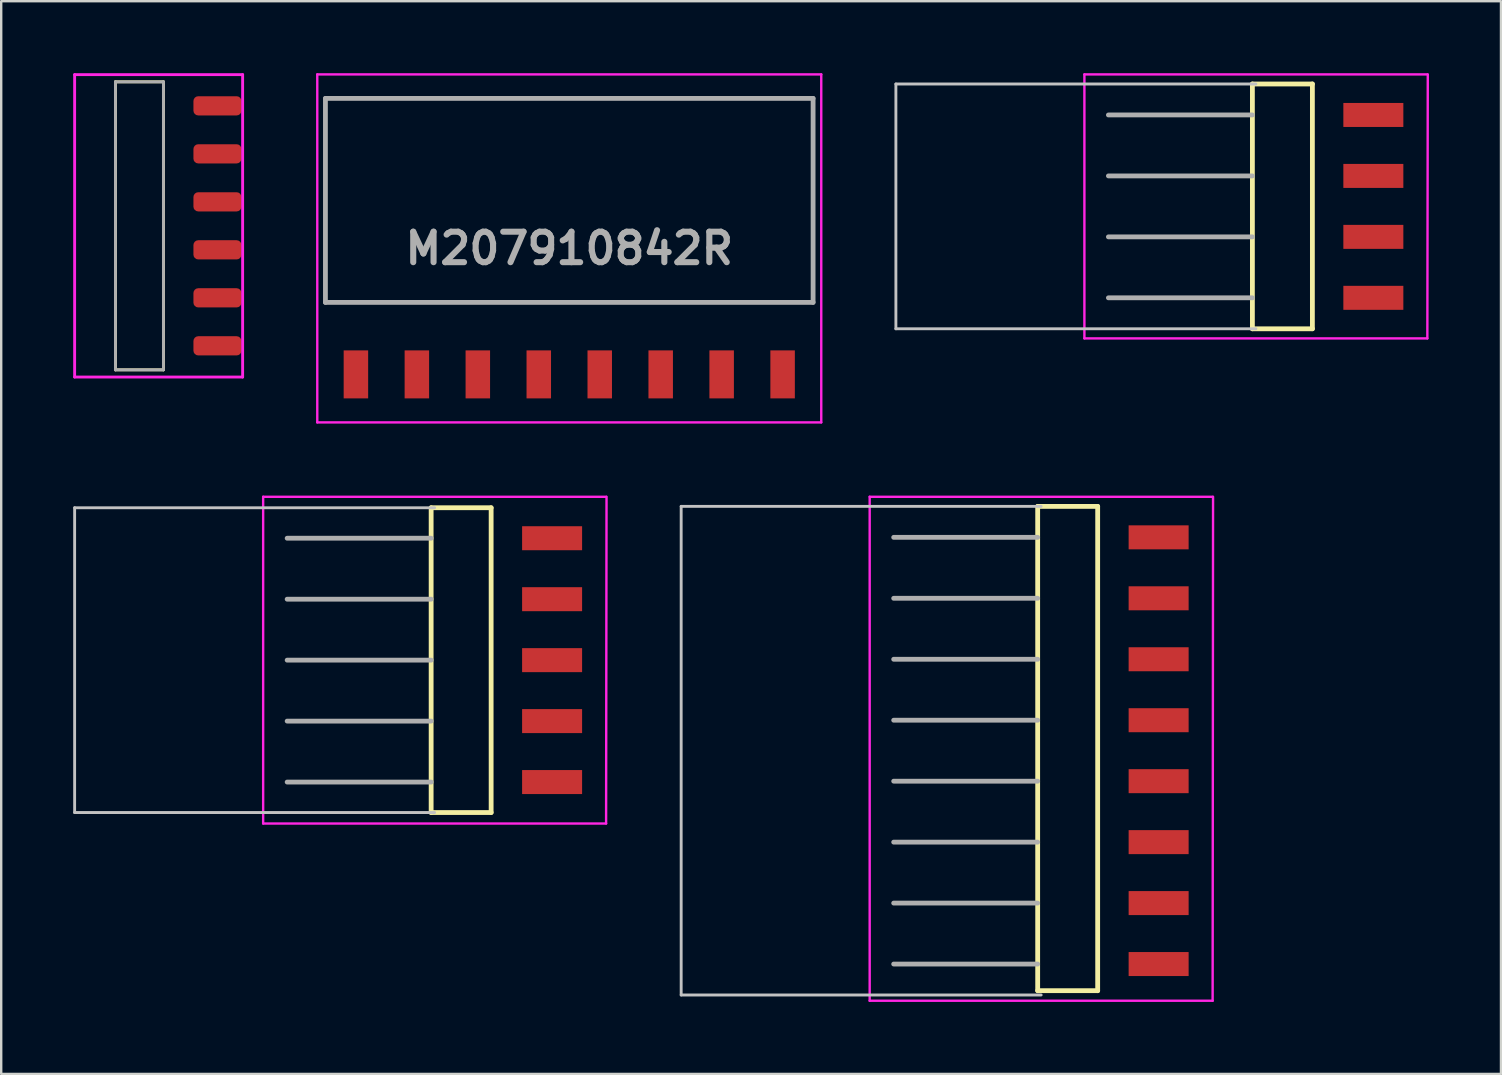
<source format=kicad_pcb>
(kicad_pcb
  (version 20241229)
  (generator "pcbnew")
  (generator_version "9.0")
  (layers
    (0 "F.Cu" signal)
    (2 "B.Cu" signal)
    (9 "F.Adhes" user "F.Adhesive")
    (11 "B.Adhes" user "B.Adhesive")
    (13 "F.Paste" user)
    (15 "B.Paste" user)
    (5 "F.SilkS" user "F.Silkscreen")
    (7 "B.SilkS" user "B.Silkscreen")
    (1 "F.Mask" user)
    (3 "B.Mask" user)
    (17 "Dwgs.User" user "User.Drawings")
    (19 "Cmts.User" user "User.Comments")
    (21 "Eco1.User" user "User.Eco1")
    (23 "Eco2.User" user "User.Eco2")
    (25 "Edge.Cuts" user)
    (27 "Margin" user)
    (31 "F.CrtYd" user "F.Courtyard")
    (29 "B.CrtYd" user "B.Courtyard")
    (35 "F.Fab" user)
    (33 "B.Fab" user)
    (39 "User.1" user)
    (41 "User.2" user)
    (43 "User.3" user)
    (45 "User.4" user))
  (footprint "M208900805"
    (layer "F.Cu")
    (at 40.333 28.23)
    (property "Reference" "M208900805" (at 0.231 -3.769 270) (layer "Eco2.User") (effects (font (size 0.3 0.3) (thickness 0.075))))
    (attr smd)
    (fp_line (start -0.145 -10.18) (end 2.355 -10.18) (stroke (width 0.2) (type solid)) (layer "F.SilkS"))
    (fp_line (start -0.145 10) (end -0.145 -10.18) (stroke (width 0.2) (type solid)) (layer "F.SilkS"))
    (fp_line (start 2.355 -10.18) (end 2.355 10) (stroke (width 0.2) (type solid)) (layer "F.SilkS"))
    (fp_line (start 2.355 10) (end -0.145 10) (stroke (width 0.2) (type solid)) (layer "F.SilkS"))
    (fp_line (start -15 -10.18) (end -15 10.18) (stroke (width 0.12) (type solid)) (layer "Dwgs.User"))
    (fp_line (start -15 10.18) (end 0 10.18) (stroke (width 0.12) (type solid)) (layer "Dwgs.User"))
    (fp_line (start 0 -10.18) (end -15 -10.18) (stroke (width 0.12) (type solid)) (layer "Dwgs.User"))
    (fp_line (start -7.145 -10.58) (end 7.145 -10.58) (stroke (width 0.1) (type solid)) (layer "F.CrtYd"))
    (fp_line (start -7.145 10.42) (end -7.145 -10.58) (stroke (width 0.1) (type solid)) (layer "F.CrtYd"))
    (fp_line (start 7.145 10.42) (end -7.145 10.42) (stroke (width 0.1) (type solid)) (layer "F.CrtYd"))
    (fp_line (start 7.163 -10.58) (end 7.145 10.42) (stroke (width 0.1) (type solid)) (layer "F.CrtYd"))
    (fp_line (start -0.145 -8.89) (end -6.145 -8.89) (stroke (width 0.2) (type solid)) (layer "F.Fab"))
    (fp_line (start -0.145 -6.35) (end -6.145 -6.35) (stroke (width 0.2) (type solid)) (layer "F.Fab"))
    (fp_line (start -0.145 -3.81) (end -6.145 -3.81) (stroke (width 0.2) (type solid)) (layer "F.Fab"))
    (fp_line (start -0.145 -1.27) (end -6.145 -1.27) (stroke (width 0.2) (type solid)) (layer "F.Fab"))
    (fp_line (start -0.145 1.27) (end -6.145 1.27) (stroke (width 0.2) (type solid)) (layer "F.Fab"))
    (fp_line (start -0.145 3.81) (end -6.145 3.81) (stroke (width 0.2) (type solid)) (layer "F.Fab"))
    (fp_line (start -0.145 6.35) (end -6.145 6.35) (stroke (width 0.2) (type solid)) (layer "F.Fab"))
    (fp_line (start -0.145 8.89) (end -6.145 8.89) (stroke (width 0.2) (type solid)) (layer "F.Fab"))
    (pad "1" smd rect (at 4.895 8.89 90) (size 1 2.5) (layers "F.Cu" "F.Mask" "F.Paste"))
    (pad "2" smd rect (at 4.895 6.35 90) (size 1 2.5) (layers "F.Cu" "F.Mask" "F.Paste"))
    (pad "3" smd rect (at 4.895 3.81 90) (size 1 2.5) (layers "F.Cu" "F.Mask" "F.Paste"))
    (pad "4" smd rect (at 4.895 1.27 90) (size 1 2.5) (layers "F.Cu" "F.Mask" "F.Paste"))
    (pad "5" smd rect (at 4.895 -1.27 90) (size 1 2.5) (layers "F.Cu" "F.Mask" "F.Paste"))
    (pad "6" smd rect (at 4.895 -3.81 90) (size 1 2.5) (layers "F.Cu" "F.Mask" "F.Paste"))
    (pad "7" smd rect (at 4.895 -6.35 90) (size 1 2.5) (layers "F.Cu" "F.Mask" "F.Paste"))
    (pad "8" smd rect (at 4.895 -8.89 90) (size 1 2.5) (layers "F.Cu" "F.Mask" "F.Paste")))
  (footprint "M22-5330605R"
    (layer "F.Cu")
    (at 2.06 6.36)
    (property "Reference" "M22-5330605R" (at 0.777 -0.025 90) (layer "Eco2.User") (effects (font (size 0.3 0.3) (thickness 0.075))))
    (attr smd)
    (fp_line (start -0.3 -6) (end -0.3 6) (stroke (width 0.12) (type solid)) (layer "F.SilkS"))
    (fp_line (start -0.3 -6) (end 1.7 -6) (stroke (width 0.12) (type solid)) (layer "F.SilkS"))
    (fp_line (start -0.3 6) (end 1.7 6) (stroke (width 0.12) (type solid)) (layer "F.SilkS"))
    (fp_line (start 1.7 -6) (end 1.7 6) (stroke (width 0.12) (type solid)) (layer "F.SilkS"))
    (fp_line (start -2 -6.3) (end -2 6.3) (stroke (width 0.12) (type solid)) (layer "F.CrtYd"))
    (fp_line (start -2 -6.3) (end 5 -6.3) (stroke (width 0.12) (type solid)) (layer "F.CrtYd"))
    (fp_line (start -2 6.3) (end 5 6.3) (stroke (width 0.12) (type solid)) (layer "F.CrtYd"))
    (fp_line (start 5 -6.3) (end 5 6.3) (stroke (width 0.12) (type solid)) (layer "F.CrtYd"))
    (fp_line (start -0.3 -6) (end -0.3 6) (stroke (width 0.12) (type solid)) (layer "F.Fab"))
    (fp_line (start -0.3 -6) (end 1.7 -6) (stroke (width 0.12) (type solid)) (layer "F.Fab"))
    (fp_line (start -0.3 6) (end 1.7 6) (stroke (width 0.12) (type solid)) (layer "F.Fab"))
    (fp_line (start 1.7 -6) (end 1.7 6) (stroke (width 0.12) (type solid)) (layer "F.Fab"))
    (pad "1" smd roundrect (at 3.95 5) (size 2 0.8) (layers "F.Cu" "F.Mask" "F.Paste") (roundrect_rratio 0.25))
    (pad "2" smd roundrect (at 3.95 3) (size 2 0.8) (layers "F.Cu" "F.Mask" "F.Paste") (roundrect_rratio 0.25))
    (pad "3" smd roundrect (at 3.95 1) (size 2 0.8) (layers "F.Cu" "F.Mask" "F.Paste") (roundrect_rratio 0.25))
    (pad "4" smd roundrect (at 3.95 -1) (size 2 0.8) (layers "F.Cu" "F.Mask" "F.Paste") (roundrect_rratio 0.25))
    (pad "5" smd roundrect (at 3.95 -3) (size 2 0.8) (layers "F.Cu" "F.Mask" "F.Paste") (roundrect_rratio 0.25))
    (pad "6" smd roundrect (at 3.95 -5) (size 2 0.8) (layers "F.Cu" "F.Mask" "F.Paste") (roundrect_rratio 0.25)))
  (footprint "M207910842R"
    (layer "F.Cu")
    (at 20.67 9.55)
    (property "Reference" "M207910842R" (at 0.015 -4.054 180) (layer "Eco2.User") (effects (font (size 0.3 0.3) (thickness 0.075))))
    (attr smd)
    (fp_line (start -10.16 -8.5) (end 10.16 -8.5) (stroke (width 0.1) (type solid)) (layer "F.SilkS"))
    (fp_line (start -10.16 0) (end -10.16 -8.5) (stroke (width 0.1) (type solid)) (layer "F.SilkS"))
    (fp_line (start 10.16 -8.5) (end 10.16 0) (stroke (width 0.1) (type solid)) (layer "F.SilkS"))
    (fp_line (start 10.16 0) (end -10.16 0) (stroke (width 0.1) (type solid)) (layer "F.SilkS"))
    (fp_line (start -10.5 -9.5) (end 10.5 -9.5) (stroke (width 0.1) (type solid)) (layer "F.CrtYd"))
    (fp_line (start -10.5 5) (end -10.5 -9.5) (stroke (width 0.1) (type solid)) (layer "F.CrtYd"))
    (fp_line (start 10.5 -9.5) (end 10.5 5) (stroke (width 0.1) (type solid)) (layer "F.CrtYd"))
    (fp_line (start 10.5 5) (end -10.5 5) (stroke (width 0.1) (type solid)) (layer "F.CrtYd"))
    (fp_line (start -10.16 -8.5) (end 10.16 -8.5) (stroke (width 0.2) (type solid)) (layer "F.Fab"))
    (fp_line (start -10.16 0) (end -10.16 -8.5) (stroke (width 0.2) (type solid)) (layer "F.Fab"))
    (fp_line (start 10.16 -8.5) (end 10.16 0) (stroke (width 0.2) (type solid)) (layer "F.Fab"))
    (fp_line (start 10.16 0) (end -10.16 0) (stroke (width 0.2) (type solid)) (layer "F.Fab"))
    (fp_text user "${REFERENCE}" (at 0 -2.25 180) (layer "F.Fab") (effects (font (size 1.27 1.27) (thickness 0.254))))
    (pad "1" smd rect (at -8.89 3) (size 1.02 2) (layers "F.Cu" "F.Mask" "F.Paste"))
    (pad "2" smd rect (at -6.35 3) (size 1.02 2) (layers "F.Cu" "F.Mask" "F.Paste"))
    (pad "3" smd rect (at -3.81 3) (size 1.02 2) (layers "F.Cu" "F.Mask" "F.Paste"))
    (pad "4" smd rect (at -1.27 3) (size 1.02 2) (layers "F.Cu" "F.Mask" "F.Paste"))
    (pad "5" smd rect (at 1.27 3) (size 1.02 2) (layers "F.Cu" "F.Mask" "F.Paste"))
    (pad "6" smd rect (at 3.81 3) (size 1.02 2) (layers "F.Cu" "F.Mask" "F.Paste"))
    (pad "7" smd rect (at 6.35 3) (size 1.02 2) (layers "F.Cu" "F.Mask" "F.Paste"))
    (pad "8" smd rect (at 8.89 3) (size 1.02 2) (layers "F.Cu" "F.Mask" "F.Paste")))
  (footprint "M208900405"
    (layer "F.Cu")
    (at 49.28 5.55)
    (property "Reference" "M208900405" (at 0.231 1.311 270) (layer "Eco2.User") (effects (font (size 0.3 0.3) (thickness 0.075))))
    (attr smd)
    (fp_line (start -0.145 -5.1) (end 2.355 -5.1) (stroke (width 0.2) (type solid)) (layer "F.SilkS"))
    (fp_line (start -0.145 5.1) (end -0.145 -5.1) (stroke (width 0.2) (type solid)) (layer "F.SilkS"))
    (fp_line (start 2.355 -5.1) (end 2.355 5.1) (stroke (width 0.2) (type solid)) (layer "F.SilkS"))
    (fp_line (start 2.355 5.1) (end -0.145 5.1) (stroke (width 0.2) (type solid)) (layer "F.SilkS"))
    (fp_line (start -15 -5.1) (end -15 5.1) (stroke (width 0.12) (type solid)) (layer "Dwgs.User"))
    (fp_line (start -15 5.1) (end 0 5.1) (stroke (width 0.12) (type solid)) (layer "Dwgs.User"))
    (fp_line (start 0 -5.1) (end -15 -5.1) (stroke (width 0.12) (type solid)) (layer "Dwgs.User"))
    (fp_line (start -7.145 -5.5) (end 7.145 -5.5) (stroke (width 0.1) (type solid)) (layer "F.CrtYd"))
    (fp_line (start -7.145 5.5) (end -7.145 -5.5) (stroke (width 0.1) (type solid)) (layer "F.CrtYd"))
    (fp_line (start 7.145 5.5) (end -7.145 5.5) (stroke (width 0.1) (type solid)) (layer "F.CrtYd"))
    (fp_line (start 7.163 -5.5) (end 7.145 5.5) (stroke (width 0.1) (type solid)) (layer "F.CrtYd"))
    (fp_line (start -0.145 -3.81) (end -6.145 -3.81) (stroke (width 0.2) (type solid)) (layer "F.Fab"))
    (fp_line (start -0.145 -1.27) (end -6.145 -1.27) (stroke (width 0.2) (type solid)) (layer "F.Fab"))
    (fp_line (start -0.145 1.27) (end -6.145 1.27) (stroke (width 0.2) (type solid)) (layer "F.Fab"))
    (fp_line (start -0.145 3.81) (end -6.145 3.81) (stroke (width 0.2) (type solid)) (layer "F.Fab"))
    (pad "1" smd rect (at 4.895 -3.81 90) (size 1 2.5) (layers "F.Cu" "F.Mask" "F.Paste"))
    (pad "2" smd rect (at 4.895 -1.27 90) (size 1 2.5) (layers "F.Cu" "F.Mask" "F.Paste"))
    (pad "3" smd rect (at 4.895 1.27 90) (size 1 2.5) (layers "F.Cu" "F.Mask" "F.Paste"))
    (pad "4" smd rect (at 4.895 3.81 90) (size 1 2.5) (layers "F.Cu" "F.Mask" "F.Paste")))
  (footprint "M208900505"
    (layer "F.Cu")
    (at 15.06 24.457)
    (property "Reference" "M208900505" (at 0.231 0.041 270) (layer "Eco2.User") (effects (font (size 0.3 0.3) (thickness 0.075))))
    (attr smd)
    (fp_line (start -0.145 -6.35) (end 2.355 -6.35) (stroke (width 0.2) (type solid)) (layer "F.SilkS"))
    (fp_line (start -0.145 6.35) (end -0.145 -6.35) (stroke (width 0.2) (type solid)) (layer "F.SilkS"))
    (fp_line (start 2.355 -6.35) (end 2.355 6.35) (stroke (width 0.2) (type solid)) (layer "F.SilkS"))
    (fp_line (start 2.355 6.35) (end -0.145 6.35) (stroke (width 0.2) (type solid)) (layer "F.SilkS"))
    (fp_line (start -15 -6.35) (end -15 6.35) (stroke (width 0.12) (type solid)) (layer "Dwgs.User"))
    (fp_line (start -15 6.35) (end 0 6.35) (stroke (width 0.12) (type solid)) (layer "Dwgs.User"))
    (fp_line (start 0 -6.35) (end -15 -6.35) (stroke (width 0.12) (type solid)) (layer "Dwgs.User"))
    (fp_line (start -7.145 -6.807) (end 7.145 -6.807) (stroke (width 0.1) (type solid)) (layer "F.CrtYd"))
    (fp_line (start -7.145 6.807) (end -7.145 -6.807) (stroke (width 0.1) (type solid)) (layer "F.CrtYd"))
    (fp_line (start 7.145 6.807) (end -7.145 6.807) (stroke (width 0.1) (type solid)) (layer "F.CrtYd"))
    (fp_line (start 7.163 -6.807) (end 7.145 6.807) (stroke (width 0.1) (type solid)) (layer "F.CrtYd"))
    (fp_line (start -0.145 -5.08) (end -6.145 -5.08) (stroke (width 0.2) (type solid)) (layer "F.Fab"))
    (fp_line (start -0.145 -2.54) (end -6.145 -2.54) (stroke (width 0.2) (type solid)) (layer "F.Fab"))
    (fp_line (start -0.145 0) (end -6.145 0) (stroke (width 0.2) (type solid)) (layer "F.Fab"))
    (fp_line (start -0.145 2.54) (end -6.145 2.54) (stroke (width 0.2) (type solid)) (layer "F.Fab"))
    (fp_line (start -0.145 5.08) (end -6.145 5.08) (stroke (width 0.2) (type solid)) (layer "F.Fab"))
    (pad "1" smd rect (at 4.895 -5.08 90) (size 1 2.5) (layers "F.Cu" "F.Mask" "F.Paste"))
    (pad "2" smd rect (at 4.895 -2.54 90) (size 1 2.5) (layers "F.Cu" "F.Mask" "F.Paste"))
    (pad "3" smd rect (at 4.895 0 90) (size 1 2.5) (layers "F.Cu" "F.Mask" "F.Paste"))
    (pad "4" smd rect (at 4.895 2.54 90) (size 1 2.5) (layers "F.Cu" "F.Mask" "F.Paste"))
    (pad "5" smd rect (at 4.895 5.08 90) (size 1 2.5) (layers "F.Cu" "F.Mask" "F.Paste")))
  (gr_rect
    (start -3 -3)
    (end 59.493 41.7)
    (stroke (width 0.1) (type default))
    (fill no)
    (layer "Edge.Cuts")))
</source>
